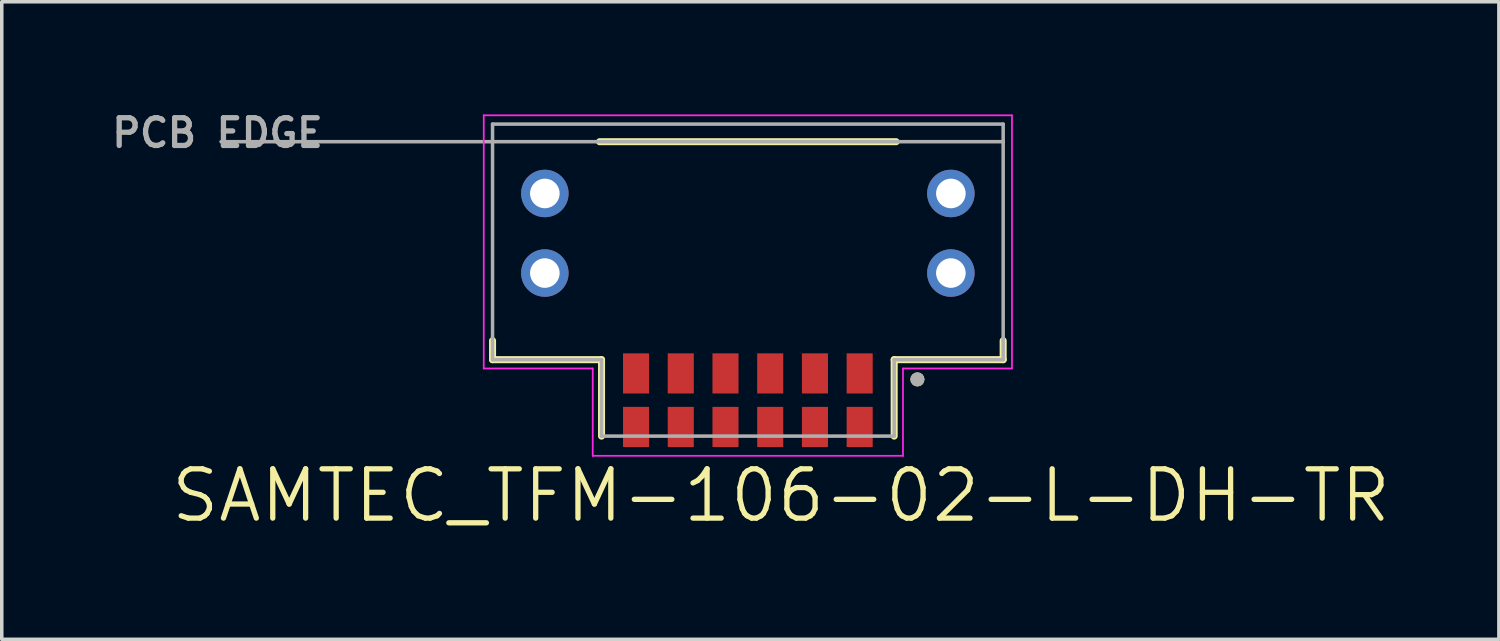
<source format=kicad_pcb>
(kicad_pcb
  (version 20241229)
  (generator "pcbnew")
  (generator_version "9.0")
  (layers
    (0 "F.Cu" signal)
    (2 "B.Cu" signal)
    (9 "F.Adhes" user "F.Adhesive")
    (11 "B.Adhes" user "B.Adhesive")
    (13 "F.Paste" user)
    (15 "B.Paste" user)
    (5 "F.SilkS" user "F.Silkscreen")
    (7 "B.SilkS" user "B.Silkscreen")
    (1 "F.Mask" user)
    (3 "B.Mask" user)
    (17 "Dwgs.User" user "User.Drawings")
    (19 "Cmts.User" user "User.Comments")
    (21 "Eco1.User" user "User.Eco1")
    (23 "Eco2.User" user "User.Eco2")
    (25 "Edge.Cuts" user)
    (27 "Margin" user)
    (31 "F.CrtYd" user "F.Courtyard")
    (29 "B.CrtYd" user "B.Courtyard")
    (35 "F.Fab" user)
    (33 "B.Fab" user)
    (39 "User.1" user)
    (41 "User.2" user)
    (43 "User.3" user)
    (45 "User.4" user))
  (footprint "SAMTEC_TFM-106-02-L-DH-TR"
    (layer "F.Cu")
    (at 18.187 0.974)
    (property "Reference" "SAMTEC_TFM-106-02-L-DH-TR" (at 0.942 10.049 0) (layer "F.SilkS") (effects (font (size 1.4 1.4) (thickness 0.15))))
    (attr smd)
    (fp_line (start -7.25 5.65) (end -7.25 6.19) (stroke (width 0.2) (type solid)) (layer "F.SilkS"))
    (fp_line (start -7.25 6.19) (end -4.155 6.19) (stroke (width 0.2) (type solid)) (layer "F.SilkS"))
    (fp_line (start -4.21 0) (end 4.21 0) (stroke (width 0.2) (type solid)) (layer "F.SilkS"))
    (fp_line (start -4.155 6.19) (end -4.155 8.36) (stroke (width 0.2) (type solid)) (layer "F.SilkS"))
    (fp_line (start 4.155 6.19) (end 4.155 8.36) (stroke (width 0.2) (type solid)) (layer "F.SilkS"))
    (fp_line (start 7.25 5.65) (end 7.25 6.19) (stroke (width 0.2) (type solid)) (layer "F.SilkS"))
    (fp_line (start 7.25 6.19) (end 4.155 6.19) (stroke (width 0.2) (type solid)) (layer "F.SilkS"))
    (fp_circle (center 4.815 6.75) (end 4.915 6.75) (stroke (width 0.2) (type solid)) (fill no) (layer "F.SilkS"))
    (fp_poly (pts (xy -7.145 0.12) (xy -4.685 0.12) (xy -4.685 2.41) (xy -7.145 2.41)) (stroke (width 0.01) (type solid)) (fill yes) (layer "F.Paste"))
    (fp_poly (pts (xy -7.145 2.79) (xy -4.685 2.79) (xy -4.685 5.25) (xy -7.145 5.25)) (stroke (width 0.01) (type solid)) (fill yes) (layer "F.Paste"))
    (fp_poly (pts (xy 4.685 0.12) (xy 7.145 0.12) (xy 7.145 2.41) (xy 4.685 2.41)) (stroke (width 0.01) (type solid)) (fill yes) (layer "F.Paste"))
    (fp_poly (pts (xy 4.685 2.79) (xy 7.145 2.79) (xy 7.145 5.25) (xy 4.685 5.25)) (stroke (width 0.01) (type solid)) (fill yes) (layer "F.Paste"))
    (fp_line (start -7.5 -0.75) (end 7.5 -0.75) (stroke (width 0.05) (type solid)) (layer "F.CrtYd"))
    (fp_line (start -7.5 6.44) (end -7.5 -0.75) (stroke (width 0.05) (type solid)) (layer "F.CrtYd"))
    (fp_line (start -4.405 6.44) (end -7.5 6.44) (stroke (width 0.05) (type solid)) (layer "F.CrtYd"))
    (fp_line (start -4.405 8.92) (end -4.405 6.44) (stroke (width 0.05) (type solid)) (layer "F.CrtYd"))
    (fp_line (start 4.405 6.44) (end 4.405 8.92) (stroke (width 0.05) (type solid)) (layer "F.CrtYd"))
    (fp_line (start 4.405 8.92) (end -4.405 8.92) (stroke (width 0.05) (type solid)) (layer "F.CrtYd"))
    (fp_line (start 7.5 -0.75) (end 7.5 6.44) (stroke (width 0.05) (type solid)) (layer "F.CrtYd"))
    (fp_line (start 7.5 6.44) (end 4.405 6.44) (stroke (width 0.05) (type solid)) (layer "F.CrtYd"))
    (fp_line (start -7.25 -0.5) (end 7.25 -0.5) (stroke (width 0.1) (type solid)) (layer "F.Fab"))
    (fp_line (start -7.25 6.19) (end -7.25 -0.5) (stroke (width 0.1) (type solid)) (layer "F.Fab"))
    (fp_line (start -4.155 6.19) (end -7.25 6.19) (stroke (width 0.1) (type solid)) (layer "F.Fab"))
    (fp_line (start -4.155 8.36) (end -4.155 6.19) (stroke (width 0.1) (type solid)) (layer "F.Fab"))
    (fp_line (start 4.155 6.19) (end 4.155 8.36) (stroke (width 0.1) (type solid)) (layer "F.Fab"))
    (fp_line (start 4.155 8.36) (end -4.155 8.36) (stroke (width 0.1) (type solid)) (layer "F.Fab"))
    (fp_line (start 7.25 -0.5) (end 7.25 0) (stroke (width 0.1) (type solid)) (layer "F.Fab"))
    (fp_line (start 7.25 0) (end -14.96 0) (stroke (width 0.1) (type solid)) (layer "F.Fab"))
    (fp_line (start 7.25 0) (end 7.25 6.19) (stroke (width 0.1) (type solid)) (layer "F.Fab"))
    (fp_line (start 7.25 6.19) (end 4.155 6.19) (stroke (width 0.1) (type solid)) (layer "F.Fab"))
    (fp_circle (center 4.815 6.75) (end 4.915 6.75) (stroke (width 0.2) (type solid)) (fill no) (layer "F.Fab"))
    (fp_text user "PCB EDGE" (at -15.06 -0.25 0) (layer "F.Fab") (effects (font (size 0.787 0.787) (thickness 0.15))))
    (pad "01" smd rect (at 3.175 6.58) (size 0.74 1.14) (layers "F.Cu" "F.Mask" "F.Paste"))
    (pad "02" smd rect (at 3.175 8.1) (size 0.74 1.14) (layers "F.Cu" "F.Mask" "F.Paste"))
    (pad "03" smd rect (at 1.905 6.58) (size 0.74 1.14) (layers "F.Cu" "F.Mask" "F.Paste"))
    (pad "04" smd rect (at 1.905 8.1) (size 0.74 1.14) (layers "F.Cu" "F.Mask" "F.Paste"))
    (pad "05" smd rect (at 0.635 6.58) (size 0.74 1.14) (layers "F.Cu" "F.Mask" "F.Paste"))
    (pad "06" smd rect (at 0.635 8.1) (size 0.74 1.14) (layers "F.Cu" "F.Mask" "F.Paste"))
    (pad "07" smd rect (at -0.635 6.58) (size 0.74 1.14) (layers "F.Cu" "F.Mask" "F.Paste"))
    (pad "08" smd rect (at -0.635 8.1) (size 0.74 1.14) (layers "F.Cu" "F.Mask" "F.Paste"))
    (pad "09" smd rect (at -1.905 6.58) (size 0.74 1.14) (layers "F.Cu" "F.Mask" "F.Paste"))
    (pad "10" smd rect (at -1.905 8.1) (size 0.74 1.14) (layers "F.Cu" "F.Mask" "F.Paste"))
    (pad "11" smd rect (at -3.175 6.58) (size 0.74 1.14) (layers "F.Cu" "F.Mask" "F.Paste"))
    (pad "12" smd rect (at -3.175 8.1) (size 0.74 1.14) (layers "F.Cu" "F.Mask" "F.Paste"))
    (pad "P1" thru_hole circle (at 5.765 1.47) (size 1.348 1.348) (drill 0.84) (layers "*.Cu" "*.Mask"))
    (pad "P2" thru_hole circle (at -5.765 1.47) (size 1.348 1.348) (drill 0.84) (layers "*.Cu" "*.Mask"))
    (pad "P3" thru_hole circle (at 5.765 3.73) (size 1.348 1.348) (drill 0.84) (layers "*.Cu" "*.Mask"))
    (pad "P4" thru_hole circle (at -5.765 3.73) (size 1.348 1.348) (drill 0.84) (layers "*.Cu" "*.Mask")))
  (gr_rect
    (start -3 -3)
    (end 39.514 15.105)
    (stroke (width 0.1) (type default))
    (fill no)
    (layer "Edge.Cuts")))
</source>
